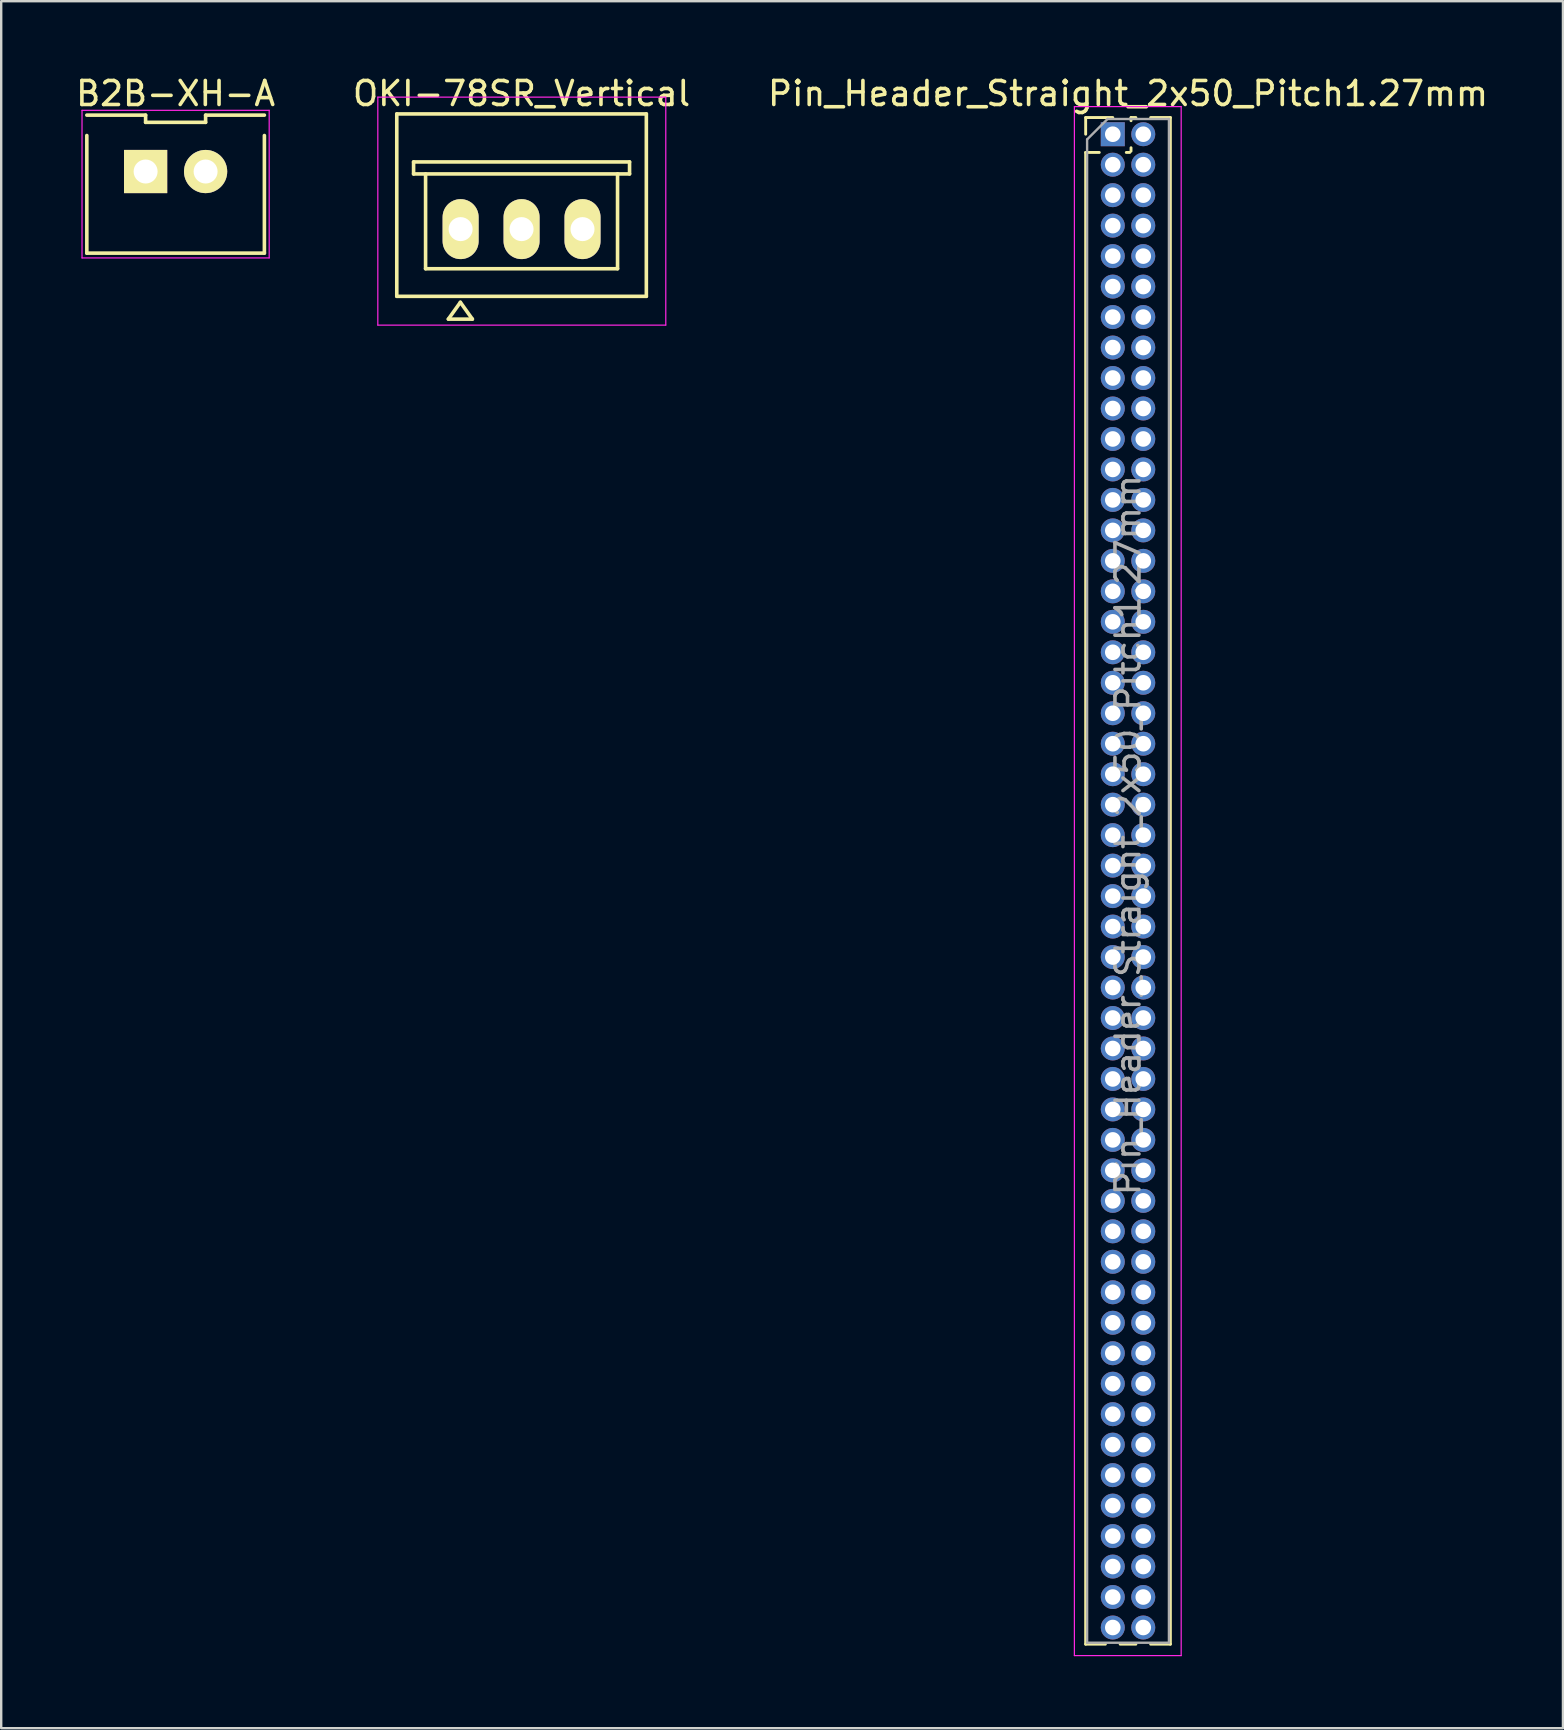
<source format=kicad_pcb>
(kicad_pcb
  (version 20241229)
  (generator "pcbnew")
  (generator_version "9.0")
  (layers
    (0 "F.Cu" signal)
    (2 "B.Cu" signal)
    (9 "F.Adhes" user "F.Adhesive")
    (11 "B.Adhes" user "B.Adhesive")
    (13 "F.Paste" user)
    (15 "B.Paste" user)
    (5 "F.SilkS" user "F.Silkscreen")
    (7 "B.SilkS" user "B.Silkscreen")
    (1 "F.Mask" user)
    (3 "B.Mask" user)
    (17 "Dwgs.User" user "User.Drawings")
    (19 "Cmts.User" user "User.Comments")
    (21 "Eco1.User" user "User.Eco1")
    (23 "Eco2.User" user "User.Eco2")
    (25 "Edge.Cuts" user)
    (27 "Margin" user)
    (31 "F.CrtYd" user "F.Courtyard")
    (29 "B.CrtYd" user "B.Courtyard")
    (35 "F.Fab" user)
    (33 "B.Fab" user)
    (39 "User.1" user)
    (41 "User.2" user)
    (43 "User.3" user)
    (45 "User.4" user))
  (footprint "B2B-XH-A"
    (layer "F.Cu")
    (at 3.018 4.098)
    (property "Reference" "B2B-XH-A" (at 1.25 -3.25 0) (layer "F.SilkS") (effects (font (size 1 1) (thickness 0.15))))
    (attr through_hole)
    (fp_line (start -2.45 -1.5) (end -2.45 3.4) (stroke (width 0.15) (type solid)) (layer "F.SilkS"))
    (fp_line (start 0 -2.35) (end -2.45 -2.35) (stroke (width 0.15) (type solid)) (layer "F.SilkS"))
    (fp_line (start 0 -2.35) (end 0 -2.05) (stroke (width 0.15) (type solid)) (layer "F.SilkS"))
    (fp_line (start 0 -2.05) (end 2.5 -2.05) (stroke (width 0.15) (type solid)) (layer "F.SilkS"))
    (fp_line (start 2.5 -2.05) (end 2.5 -2.35) (stroke (width 0.15) (type solid)) (layer "F.SilkS"))
    (fp_line (start 4.95 -2.35) (end 2.5 -2.35) (stroke (width 0.15) (type solid)) (layer "F.SilkS"))
    (fp_line (start 4.95 -1.5) (end 4.95 3.4) (stroke (width 0.15) (type solid)) (layer "F.SilkS"))
    (fp_line (start 4.95 3.4) (end -2.45 3.4) (stroke (width 0.15) (type solid)) (layer "F.SilkS"))
    (fp_line (start -2.65 3.6) (end -2.65 -2.55) (stroke (width 0.05) (type solid)) (layer "F.CrtYd"))
    (fp_line (start 5.15 -2.55) (end -2.65 -2.55) (stroke (width 0.05) (type solid)) (layer "F.CrtYd"))
    (fp_line (start 5.15 3.6) (end -2.65 3.6) (stroke (width 0.05) (type solid)) (layer "F.CrtYd"))
    (fp_line (start 5.15 3.6) (end 5.15 -2.55) (stroke (width 0.05) (type solid)) (layer "F.CrtYd"))
    (pad "1" thru_hole rect (at 0 0 180) (size 1.8 1.8) (drill 1) (layers "*.Cu" "*.Mask" "F.SilkS"))
    (pad "2" thru_hole circle (at 2.5 0 180) (size 1.8 1.8) (drill 1) (layers "*.Cu" "*.Mask" "F.SilkS")))
  (footprint "Pin_Header_Straight_2x50_Pitch1.27mm"
    (layer "F.Cu")
    (at 43.323 2.543)
    (property "Reference" "Pin_Header_Straight_2x50_Pitch1.27mm" (at 0.635 -1.695 0) (layer "F.SilkS") (effects (font (size 1 1) (thickness 0.15))))
    (attr through_hole)
    (fp_line (start -1.13 -0.695) (end 0 -0.695) (stroke (width 0.12) (type solid)) (layer "F.SilkS"))
    (fp_line (start -1.13 0) (end -1.13 -0.695) (stroke (width 0.12) (type solid)) (layer "F.SilkS"))
    (fp_line (start -1.13 0.76) (end -1.13 62.925) (stroke (width 0.12) (type solid)) (layer "F.SilkS"))
    (fp_line (start -1.13 0.76) (end -0.563 0.76) (stroke (width 0.12) (type solid)) (layer "F.SilkS"))
    (fp_line (start -1.13 62.925) (end -0.308 62.925) (stroke (width 0.12) (type solid)) (layer "F.SilkS"))
    (fp_line (start 0.308 62.925) (end 0.962 62.925) (stroke (width 0.12) (type solid)) (layer "F.SilkS"))
    (fp_line (start 0.563 0.76) (end 0.707 0.76) (stroke (width 0.12) (type solid)) (layer "F.SilkS"))
    (fp_line (start 0.76 -0.695) (end 0.962 -0.695) (stroke (width 0.12) (type solid)) (layer "F.SilkS"))
    (fp_line (start 0.76 -0.563) (end 0.76 -0.695) (stroke (width 0.12) (type solid)) (layer "F.SilkS"))
    (fp_line (start 0.76 0.707) (end 0.76 0.563) (stroke (width 0.12) (type solid)) (layer "F.SilkS"))
    (fp_line (start 1.578 -0.695) (end 2.4 -0.695) (stroke (width 0.12) (type solid)) (layer "F.SilkS"))
    (fp_line (start 1.578 62.925) (end 2.4 62.925) (stroke (width 0.12) (type solid)) (layer "F.SilkS"))
    (fp_line (start 2.4 -0.695) (end 2.4 62.925) (stroke (width 0.12) (type solid)) (layer "F.SilkS"))
    (fp_line (start -1.6 -1.15) (end -1.6 63.4) (stroke (width 0.05) (type solid)) (layer "F.CrtYd"))
    (fp_line (start -1.6 63.4) (end 2.85 63.4) (stroke (width 0.05) (type solid)) (layer "F.CrtYd"))
    (fp_line (start 2.85 -1.15) (end -1.6 -1.15) (stroke (width 0.05) (type solid)) (layer "F.CrtYd"))
    (fp_line (start 2.85 63.4) (end 2.85 -1.15) (stroke (width 0.05) (type solid)) (layer "F.CrtYd"))
    (fp_line (start -1.07 0.217) (end -0.217 -0.635) (stroke (width 0.1) (type solid)) (layer "F.Fab"))
    (fp_line (start -1.07 62.865) (end -1.07 0.217) (stroke (width 0.1) (type solid)) (layer "F.Fab"))
    (fp_line (start -0.217 -0.635) (end 2.34 -0.635) (stroke (width 0.1) (type solid)) (layer "F.Fab"))
    (fp_line (start 2.34 -0.635) (end 2.34 62.865) (stroke (width 0.1) (type solid)) (layer "F.Fab"))
    (fp_line (start 2.34 62.865) (end -1.07 62.865) (stroke (width 0.1) (type solid)) (layer "F.Fab"))
    (fp_text user "${REFERENCE}" (at 0.635 29.21 90) (layer "F.Fab") (effects (font (size 1 1) (thickness 0.15))))
    (pad "1" thru_hole rect (at 0 0) (size 1 1) (drill 0.65) (layers "*.Cu" "*.Mask"))
    (pad "2" thru_hole oval (at 1.27 0) (size 1 1) (drill 0.65) (layers "*.Cu" "*.Mask"))
    (pad "3" thru_hole oval (at 0 1.27) (size 1 1) (drill 0.65) (layers "*.Cu" "*.Mask"))
    (pad "4" thru_hole oval (at 1.27 1.27) (size 1 1) (drill 0.65) (layers "*.Cu" "*.Mask"))
    (pad "5" thru_hole oval (at 0 2.54) (size 1 1) (drill 0.65) (layers "*.Cu" "*.Mask"))
    (pad "6" thru_hole oval (at 1.27 2.54) (size 1 1) (drill 0.65) (layers "*.Cu" "*.Mask"))
    (pad "7" thru_hole oval (at 0 3.81) (size 1 1) (drill 0.65) (layers "*.Cu" "*.Mask"))
    (pad "8" thru_hole oval (at 1.27 3.81) (size 1 1) (drill 0.65) (layers "*.Cu" "*.Mask"))
    (pad "9" thru_hole oval (at 0 5.08) (size 1 1) (drill 0.65) (layers "*.Cu" "*.Mask"))
    (pad "10" thru_hole oval (at 1.27 5.08) (size 1 1) (drill 0.65) (layers "*.Cu" "*.Mask"))
    (pad "11" thru_hole oval (at 0 6.35) (size 1 1) (drill 0.65) (layers "*.Cu" "*.Mask"))
    (pad "12" thru_hole oval (at 1.27 6.35) (size 1 1) (drill 0.65) (layers "*.Cu" "*.Mask"))
    (pad "13" thru_hole oval (at 0 7.62) (size 1 1) (drill 0.65) (layers "*.Cu" "*.Mask"))
    (pad "14" thru_hole oval (at 1.27 7.62) (size 1 1) (drill 0.65) (layers "*.Cu" "*.Mask"))
    (pad "15" thru_hole oval (at 0 8.89) (size 1 1) (drill 0.65) (layers "*.Cu" "*.Mask"))
    (pad "16" thru_hole oval (at 1.27 8.89) (size 1 1) (drill 0.65) (layers "*.Cu" "*.Mask"))
    (pad "17" thru_hole oval (at 0 10.16) (size 1 1) (drill 0.65) (layers "*.Cu" "*.Mask"))
    (pad "18" thru_hole oval (at 1.27 10.16) (size 1 1) (drill 0.65) (layers "*.Cu" "*.Mask"))
    (pad "19" thru_hole oval (at 0 11.43) (size 1 1) (drill 0.65) (layers "*.Cu" "*.Mask"))
    (pad "20" thru_hole oval (at 1.27 11.43) (size 1 1) (drill 0.65) (layers "*.Cu" "*.Mask"))
    (pad "21" thru_hole oval (at 0 12.7) (size 1 1) (drill 0.65) (layers "*.Cu" "*.Mask"))
    (pad "22" thru_hole oval (at 1.27 12.7) (size 1 1) (drill 0.65) (layers "*.Cu" "*.Mask"))
    (pad "23" thru_hole oval (at 0 13.97) (size 1 1) (drill 0.65) (layers "*.Cu" "*.Mask"))
    (pad "24" thru_hole oval (at 1.27 13.97) (size 1 1) (drill 0.65) (layers "*.Cu" "*.Mask"))
    (pad "25" thru_hole oval (at 0 15.24) (size 1 1) (drill 0.65) (layers "*.Cu" "*.Mask"))
    (pad "26" thru_hole oval (at 1.27 15.24) (size 1 1) (drill 0.65) (layers "*.Cu" "*.Mask"))
    (pad "27" thru_hole oval (at 0 16.51) (size 1 1) (drill 0.65) (layers "*.Cu" "*.Mask"))
    (pad "28" thru_hole oval (at 1.27 16.51) (size 1 1) (drill 0.65) (layers "*.Cu" "*.Mask"))
    (pad "29" thru_hole oval (at 0 17.78) (size 1 1) (drill 0.65) (layers "*.Cu" "*.Mask"))
    (pad "30" thru_hole oval (at 1.27 17.78) (size 1 1) (drill 0.65) (layers "*.Cu" "*.Mask"))
    (pad "31" thru_hole oval (at 0 19.05) (size 1 1) (drill 0.65) (layers "*.Cu" "*.Mask"))
    (pad "32" thru_hole oval (at 1.27 19.05) (size 1 1) (drill 0.65) (layers "*.Cu" "*.Mask"))
    (pad "33" thru_hole oval (at 0 20.32) (size 1 1) (drill 0.65) (layers "*.Cu" "*.Mask"))
    (pad "34" thru_hole oval (at 1.27 20.32) (size 1 1) (drill 0.65) (layers "*.Cu" "*.Mask"))
    (pad "35" thru_hole oval (at 0 21.59) (size 1 1) (drill 0.65) (layers "*.Cu" "*.Mask"))
    (pad "36" thru_hole oval (at 1.27 21.59) (size 1 1) (drill 0.65) (layers "*.Cu" "*.Mask"))
    (pad "37" thru_hole oval (at 0 22.86) (size 1 1) (drill 0.65) (layers "*.Cu" "*.Mask"))
    (pad "38" thru_hole oval (at 1.27 22.86) (size 1 1) (drill 0.65) (layers "*.Cu" "*.Mask"))
    (pad "39" thru_hole oval (at 0 24.13) (size 1 1) (drill 0.65) (layers "*.Cu" "*.Mask"))
    (pad "40" thru_hole oval (at 1.27 24.13) (size 1 1) (drill 0.65) (layers "*.Cu" "*.Mask"))
    (pad "41" thru_hole oval (at 0 25.4) (size 1 1) (drill 0.65) (layers "*.Cu" "*.Mask"))
    (pad "42" thru_hole oval (at 1.27 25.4) (size 1 1) (drill 0.65) (layers "*.Cu" "*.Mask"))
    (pad "43" thru_hole oval (at 0 26.67) (size 1 1) (drill 0.65) (layers "*.Cu" "*.Mask"))
    (pad "44" thru_hole oval (at 1.27 26.67) (size 1 1) (drill 0.65) (layers "*.Cu" "*.Mask"))
    (pad "45" thru_hole oval (at 0 27.94) (size 1 1) (drill 0.65) (layers "*.Cu" "*.Mask"))
    (pad "46" thru_hole oval (at 1.27 27.94) (size 1 1) (drill 0.65) (layers "*.Cu" "*.Mask"))
    (pad "47" thru_hole oval (at 0 29.21) (size 1 1) (drill 0.65) (layers "*.Cu" "*.Mask"))
    (pad "48" thru_hole oval (at 1.27 29.21) (size 1 1) (drill 0.65) (layers "*.Cu" "*.Mask"))
    (pad "49" thru_hole oval (at 0 30.48) (size 1 1) (drill 0.65) (layers "*.Cu" "*.Mask"))
    (pad "50" thru_hole oval (at 1.27 30.48) (size 1 1) (drill 0.65) (layers "*.Cu" "*.Mask"))
    (pad "51" thru_hole oval (at 0 31.75) (size 1 1) (drill 0.65) (layers "*.Cu" "*.Mask"))
    (pad "52" thru_hole oval (at 1.27 31.75) (size 1 1) (drill 0.65) (layers "*.Cu" "*.Mask"))
    (pad "53" thru_hole oval (at 0 33.02) (size 1 1) (drill 0.65) (layers "*.Cu" "*.Mask"))
    (pad "54" thru_hole oval (at 1.27 33.02) (size 1 1) (drill 0.65) (layers "*.Cu" "*.Mask"))
    (pad "55" thru_hole oval (at 0 34.29) (size 1 1) (drill 0.65) (layers "*.Cu" "*.Mask"))
    (pad "56" thru_hole oval (at 1.27 34.29) (size 1 1) (drill 0.65) (layers "*.Cu" "*.Mask"))
    (pad "57" thru_hole oval (at 0 35.56) (size 1 1) (drill 0.65) (layers "*.Cu" "*.Mask"))
    (pad "58" thru_hole oval (at 1.27 35.56) (size 1 1) (drill 0.65) (layers "*.Cu" "*.Mask"))
    (pad "59" thru_hole oval (at 0 36.83) (size 1 1) (drill 0.65) (layers "*.Cu" "*.Mask"))
    (pad "60" thru_hole oval (at 1.27 36.83) (size 1 1) (drill 0.65) (layers "*.Cu" "*.Mask"))
    (pad "61" thru_hole oval (at 0 38.1) (size 1 1) (drill 0.65) (layers "*.Cu" "*.Mask"))
    (pad "62" thru_hole oval (at 1.27 38.1) (size 1 1) (drill 0.65) (layers "*.Cu" "*.Mask"))
    (pad "63" thru_hole oval (at 0 39.37) (size 1 1) (drill 0.65) (layers "*.Cu" "*.Mask"))
    (pad "64" thru_hole oval (at 1.27 39.37) (size 1 1) (drill 0.65) (layers "*.Cu" "*.Mask"))
    (pad "65" thru_hole oval (at 0 40.64) (size 1 1) (drill 0.65) (layers "*.Cu" "*.Mask"))
    (pad "66" thru_hole oval (at 1.27 40.64) (size 1 1) (drill 0.65) (layers "*.Cu" "*.Mask"))
    (pad "67" thru_hole oval (at 0 41.91) (size 1 1) (drill 0.65) (layers "*.Cu" "*.Mask"))
    (pad "68" thru_hole oval (at 1.27 41.91) (size 1 1) (drill 0.65) (layers "*.Cu" "*.Mask"))
    (pad "69" thru_hole oval (at 0 43.18) (size 1 1) (drill 0.65) (layers "*.Cu" "*.Mask"))
    (pad "70" thru_hole oval (at 1.27 43.18) (size 1 1) (drill 0.65) (layers "*.Cu" "*.Mask"))
    (pad "71" thru_hole oval (at 0 44.45) (size 1 1) (drill 0.65) (layers "*.Cu" "*.Mask"))
    (pad "72" thru_hole oval (at 1.27 44.45) (size 1 1) (drill 0.65) (layers "*.Cu" "*.Mask"))
    (pad "73" thru_hole oval (at 0 45.72) (size 1 1) (drill 0.65) (layers "*.Cu" "*.Mask"))
    (pad "74" thru_hole oval (at 1.27 45.72) (size 1 1) (drill 0.65) (layers "*.Cu" "*.Mask"))
    (pad "75" thru_hole oval (at 0 46.99) (size 1 1) (drill 0.65) (layers "*.Cu" "*.Mask"))
    (pad "76" thru_hole oval (at 1.27 46.99) (size 1 1) (drill 0.65) (layers "*.Cu" "*.Mask"))
    (pad "77" thru_hole oval (at 0 48.26) (size 1 1) (drill 0.65) (layers "*.Cu" "*.Mask"))
    (pad "78" thru_hole oval (at 1.27 48.26) (size 1 1) (drill 0.65) (layers "*.Cu" "*.Mask"))
    (pad "79" thru_hole oval (at 0 49.53) (size 1 1) (drill 0.65) (layers "*.Cu" "*.Mask"))
    (pad "80" thru_hole oval (at 1.27 49.53) (size 1 1) (drill 0.65) (layers "*.Cu" "*.Mask"))
    (pad "81" thru_hole oval (at 0 50.8) (size 1 1) (drill 0.65) (layers "*.Cu" "*.Mask"))
    (pad "82" thru_hole oval (at 1.27 50.8) (size 1 1) (drill 0.65) (layers "*.Cu" "*.Mask"))
    (pad "83" thru_hole oval (at 0 52.07) (size 1 1) (drill 0.65) (layers "*.Cu" "*.Mask"))
    (pad "84" thru_hole oval (at 1.27 52.07) (size 1 1) (drill 0.65) (layers "*.Cu" "*.Mask"))
    (pad "85" thru_hole oval (at 0 53.34) (size 1 1) (drill 0.65) (layers "*.Cu" "*.Mask"))
    (pad "86" thru_hole oval (at 1.27 53.34) (size 1 1) (drill 0.65) (layers "*.Cu" "*.Mask"))
    (pad "87" thru_hole oval (at 0 54.61) (size 1 1) (drill 0.65) (layers "*.Cu" "*.Mask"))
    (pad "88" thru_hole oval (at 1.27 54.61) (size 1 1) (drill 0.65) (layers "*.Cu" "*.Mask"))
    (pad "89" thru_hole oval (at 0 55.88) (size 1 1) (drill 0.65) (layers "*.Cu" "*.Mask"))
    (pad "90" thru_hole oval (at 1.27 55.88) (size 1 1) (drill 0.65) (layers "*.Cu" "*.Mask"))
    (pad "91" thru_hole oval (at 0 57.15) (size 1 1) (drill 0.65) (layers "*.Cu" "*.Mask"))
    (pad "92" thru_hole oval (at 1.27 57.15) (size 1 1) (drill 0.65) (layers "*.Cu" "*.Mask"))
    (pad "93" thru_hole oval (at 0 58.42) (size 1 1) (drill 0.65) (layers "*.Cu" "*.Mask"))
    (pad "94" thru_hole oval (at 1.27 58.42) (size 1 1) (drill 0.65) (layers "*.Cu" "*.Mask"))
    (pad "95" thru_hole oval (at 0 59.69) (size 1 1) (drill 0.65) (layers "*.Cu" "*.Mask"))
    (pad "96" thru_hole oval (at 1.27 59.69) (size 1 1) (drill 0.65) (layers "*.Cu" "*.Mask"))
    (pad "97" thru_hole oval (at 0 60.96) (size 1 1) (drill 0.65) (layers "*.Cu" "*.Mask"))
    (pad "98" thru_hole oval (at 1.27 60.96) (size 1 1) (drill 0.65) (layers "*.Cu" "*.Mask"))
    (pad "99" thru_hole oval (at 0 62.23) (size 1 1) (drill 0.65) (layers "*.Cu" "*.Mask"))
    (pad "100" thru_hole oval (at 1.27 62.23) (size 1 1) (drill 0.65) (layers "*.Cu" "*.Mask")))
  (footprint "OKI-78SR_Vertical"
    (layer "F.Cu")
    (at 16.145 6.498)
    (property "Reference" "OKI-78SR_Vertical" (at 2.54 -5.65 0) (layer "F.SilkS") (effects (font (size 1 1) (thickness 0.15))))
    (attr through_hole)
    (fp_line (start -2.66 -4.8) (end -2.66 2.8) (stroke (width 0.15) (type solid)) (layer "F.SilkS"))
    (fp_line (start -1.96 -2.8) (end -1.96 -2.3) (stroke (width 0.15) (type solid)) (layer "F.SilkS"))
    (fp_line (start -1.96 -2.3) (end 7.04 -2.3) (stroke (width 0.15) (type solid)) (layer "F.SilkS"))
    (fp_line (start -1.46 -2.3) (end -1.46 1.65) (stroke (width 0.15) (type solid)) (layer "F.SilkS"))
    (fp_line (start -1.46 1.65) (end 6.54 1.65) (stroke (width 0.15) (type solid)) (layer "F.SilkS"))
    (fp_line (start -0.51 3.75) (end 0.49 3.75) (stroke (width 0.15) (type solid)) (layer "F.SilkS"))
    (fp_line (start -0.01 3.05) (end -0.51 3.75) (stroke (width 0.15) (type solid)) (layer "F.SilkS"))
    (fp_line (start 0.49 3.75) (end -0.01 3.05) (stroke (width 0.15) (type solid)) (layer "F.SilkS"))
    (fp_line (start 6.54 -2.3) (end 6.54 1.65) (stroke (width 0.15) (type solid)) (layer "F.SilkS"))
    (fp_line (start 7.04 -2.8) (end -1.96 -2.8) (stroke (width 0.15) (type solid)) (layer "F.SilkS"))
    (fp_line (start 7.04 -2.3) (end 7.04 -2.8) (stroke (width 0.15) (type solid)) (layer "F.SilkS"))
    (fp_line (start 7.74 -4.8) (end -2.66 -4.8) (stroke (width 0.15) (type solid)) (layer "F.SilkS"))
    (fp_line (start 7.74 -4.8) (end 7.74 2.8) (stroke (width 0.15) (type solid)) (layer "F.SilkS"))
    (fp_line (start 7.74 2.8) (end -2.66 2.8) (stroke (width 0.15) (type solid)) (layer "F.SilkS"))
    (fp_line (start -3.45 -5.5) (end -3.45 4) (stroke (width 0.05) (type solid)) (layer "F.CrtYd"))
    (fp_line (start -3.45 -5.5) (end 8.55 -5.5) (stroke (width 0.05) (type solid)) (layer "F.CrtYd"))
    (fp_line (start -3.45 4) (end 8.55 4) (stroke (width 0.05) (type solid)) (layer "F.CrtYd"))
    (fp_line (start 8.55 -5.5) (end 8.55 4) (stroke (width 0.05) (type solid)) (layer "F.CrtYd"))
    (pad "1" thru_hole oval (at 0 0 90) (size 2.499 1.501) (drill 1.001) (layers "*.Cu" "*.Mask" "F.SilkS"))
    (pad "2" thru_hole oval (at 2.54 0 90) (size 2.499 1.501) (drill 1.001) (layers "*.Cu" "*.Mask" "F.SilkS"))
    (pad "3" thru_hole oval (at 5.08 0 90) (size 2.499 1.501) (drill 1.001) (layers "*.Cu" "*.Mask" "F.SilkS")))
  (gr_rect
    (start -3 -3)
    (end 62.083 68.968)
    (stroke (width 0.1) (type default))
    (fill no)
    (layer "Edge.Cuts")))
</source>
